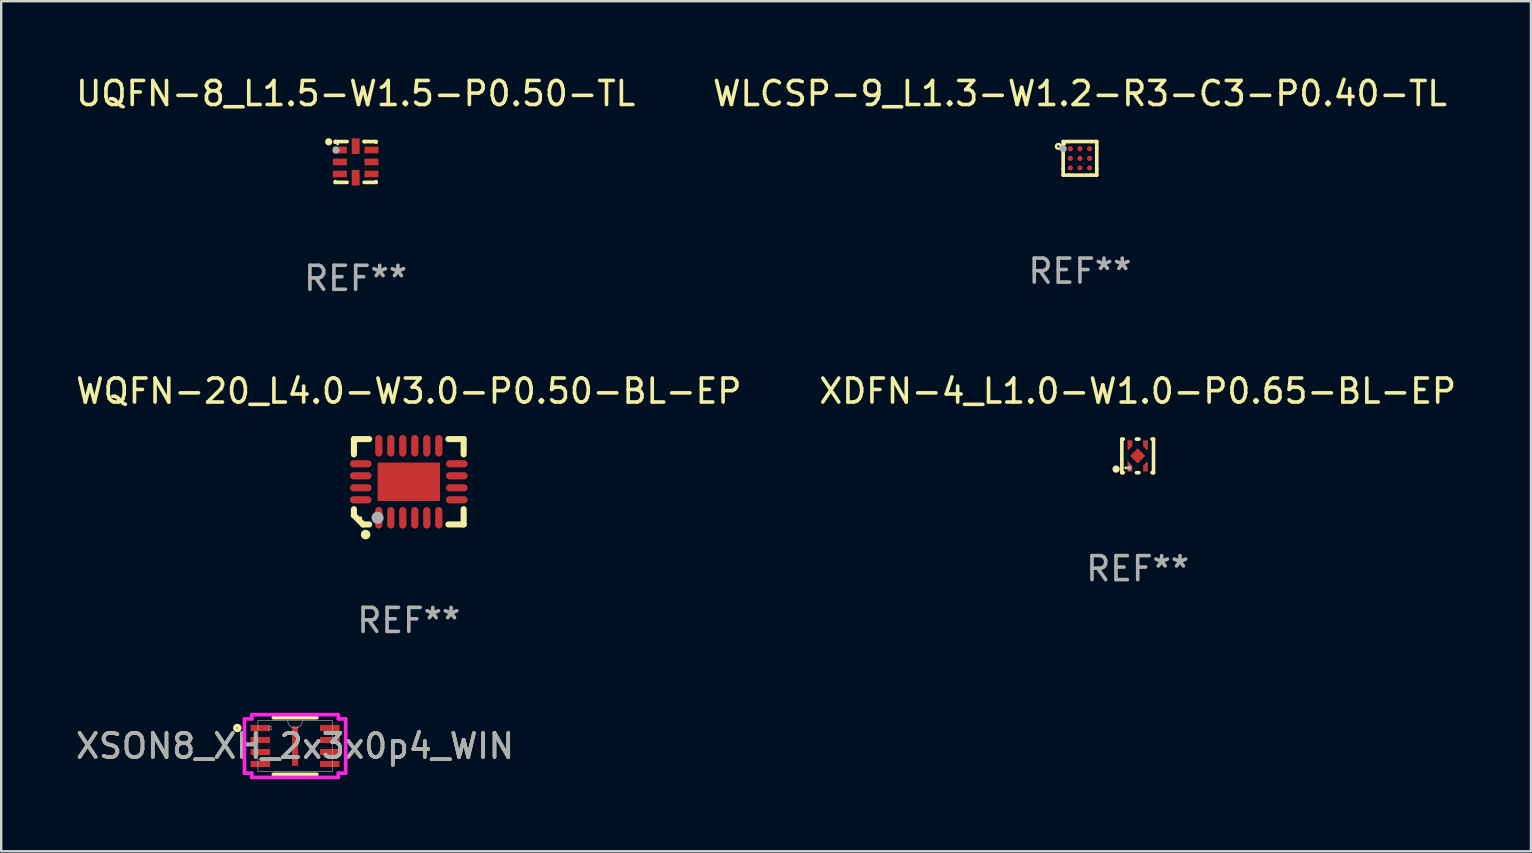
<source format=kicad_pcb>
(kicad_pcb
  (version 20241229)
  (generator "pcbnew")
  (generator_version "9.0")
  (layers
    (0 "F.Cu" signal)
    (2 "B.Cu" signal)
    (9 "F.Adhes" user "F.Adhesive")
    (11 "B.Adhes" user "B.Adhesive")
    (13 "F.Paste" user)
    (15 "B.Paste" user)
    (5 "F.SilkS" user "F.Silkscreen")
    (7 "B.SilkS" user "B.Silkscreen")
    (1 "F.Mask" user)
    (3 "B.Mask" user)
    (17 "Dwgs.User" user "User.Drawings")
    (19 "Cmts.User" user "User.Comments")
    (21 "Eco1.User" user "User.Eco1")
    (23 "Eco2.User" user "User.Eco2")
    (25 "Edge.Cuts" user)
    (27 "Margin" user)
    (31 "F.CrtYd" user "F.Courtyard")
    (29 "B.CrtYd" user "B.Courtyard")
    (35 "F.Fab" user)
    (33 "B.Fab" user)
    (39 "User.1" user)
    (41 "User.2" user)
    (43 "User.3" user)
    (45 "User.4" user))
  (footprint "XSON8_XH_2x3x0p4_WIN"
    (layer "F.Cu")
    (at 9.244 28.033)
    (property "Reference" "XSON8_XH_2x3x0p4_WIN" (at 0 0 0) (unlocked yes) (layer "F.SilkS") (effects (font (size 1 1) (thickness 0.15))))
    (attr smd)
    (fp_line (start -0.906 1.181) (end 0.906 1.181) (stroke (width 0.152) (type solid)) (layer "F.SilkS"))
    (fp_line (start 0.906 -1.181) (end -0.906 -1.181) (stroke (width 0.152) (type solid)) (layer "F.SilkS"))
    (fp_circle (center -2.405 -0.75) (end -2.304 -0.75) (stroke (width 0.152) (type solid)) (fill no) (layer "F.SilkS"))
    (fp_line (start -2.108 -1.131) (end -1.803 -1.131) (stroke (width 0.152) (type solid)) (layer "F.CrtYd"))
    (fp_line (start -2.108 1.131) (end -2.108 -1.131) (stroke (width 0.152) (type solid)) (layer "F.CrtYd"))
    (fp_line (start -2.108 1.131) (end -1.803 1.131) (stroke (width 0.152) (type solid)) (layer "F.CrtYd"))
    (fp_line (start -1.803 -1.308) (end 1.803 -1.308) (stroke (width 0.152) (type solid)) (layer "F.CrtYd"))
    (fp_line (start -1.803 -1.131) (end -1.803 -1.308) (stroke (width 0.152) (type solid)) (layer "F.CrtYd"))
    (fp_line (start -1.803 1.308) (end -1.803 1.131) (stroke (width 0.152) (type solid)) (layer "F.CrtYd"))
    (fp_line (start 1.803 -1.308) (end 1.803 -1.131) (stroke (width 0.152) (type solid)) (layer "F.CrtYd"))
    (fp_line (start 1.803 1.131) (end 1.803 1.308) (stroke (width 0.152) (type solid)) (layer "F.CrtYd"))
    (fp_line (start 1.803 1.308) (end -1.803 1.308) (stroke (width 0.152) (type solid)) (layer "F.CrtYd"))
    (fp_line (start 2.108 -1.131) (end 1.803 -1.131) (stroke (width 0.152) (type solid)) (layer "F.CrtYd"))
    (fp_line (start 2.108 -1.131) (end 2.108 1.131) (stroke (width 0.152) (type solid)) (layer "F.CrtYd"))
    (fp_line (start 2.108 1.131) (end 1.803 1.131) (stroke (width 0.152) (type solid)) (layer "F.CrtYd"))
    (fp_line (start -1.549 -1.054) (end -1.549 1.054) (stroke (width 0.025) (type solid)) (layer "F.Fab"))
    (fp_line (start -1.549 1.054) (end 1.549 1.054) (stroke (width 0.025) (type solid)) (layer "F.Fab"))
    (fp_line (start 1.549 -1.054) (end -1.549 -1.054) (stroke (width 0.025) (type solid)) (layer "F.Fab"))
    (fp_line (start 1.549 1.054) (end 1.549 -1.054) (stroke (width 0.025) (type solid)) (layer "F.Fab"))
    (fp_arc (start 0.3048 -1.0541) (mid 0 -0.7493) (end -0.3048 -1.0541) (stroke (width 0.0254) (type solid)) (layer "F.Fab"))
    (fp_circle (center -1.041 -0.75) (end -0.965 -0.75) (stroke (width 0.025) (type solid)) (fill no) (layer "F.Fab"))
    (fp_text user "${REFERENCE}" (at 0 0 0) (unlocked yes) (layer "F.Fab") (effects (font (size 1 1) (thickness 0.15))))
    (pad "1" smd rect (at -1.448 -0.75) (size 0.813 0.254) (layers "F.Cu" "F.Mask" "F.Paste"))
    (pad "2" smd rect (at -1.448 -0.25) (size 0.813 0.254) (layers "F.Cu" "F.Mask" "F.Paste"))
    (pad "3" smd rect (at -1.448 0.25) (size 0.813 0.254) (layers "F.Cu" "F.Mask" "F.Paste"))
    (pad "4" smd rect (at -1.448 0.75) (size 0.813 0.254) (layers "F.Cu" "F.Mask" "F.Paste"))
    (pad "5" smd rect (at 1.448 0.75) (size 0.813 0.254) (layers "F.Cu" "F.Mask" "F.Paste"))
    (pad "6" smd rect (at 1.448 0.25) (size 0.813 0.254) (layers "F.Cu" "F.Mask" "F.Paste"))
    (pad "7" smd rect (at 1.448 -0.25) (size 0.813 0.254) (layers "F.Cu" "F.Mask" "F.Paste"))
    (pad "8" smd rect (at 1.448 -0.75) (size 0.813 0.254) (layers "F.Cu" "F.Mask" "F.Paste"))
    (pad "9" smd rect (at 0 0) (size 0.254 1.651) (layers "F.Cu" "F.Mask" "F.Paste")))
  (footprint "XDFN-4_L1.0-W1.0-P0.65-BL-EP"
    (layer "F.Cu")
    (at 44.351 15.945)
    (property "Reference" "XDFN-4_L1.0-W1.0-P0.65-BL-EP" (at 0.000127 -2.7 0) (layer "F.SilkS") (effects (font (size 1 1) (thickness 0.15))))
    (attr smd)
    (fp_line (start -0.66 -0.7) (end -0.66 0.7) (stroke (width 0.15) (type solid)) (layer "F.SilkS"))
    (fp_line (start -0.66 -0.7) (end -0.598 -0.7) (stroke (width 0.152) (type solid)) (layer "F.SilkS"))
    (fp_line (start -0.66 0.7) (end -0.598 0.7) (stroke (width 0.152) (type solid)) (layer "F.SilkS"))
    (fp_line (start -0.052 0.7) (end 0.052 0.7) (stroke (width 0.152) (type solid)) (layer "F.SilkS"))
    (fp_line (start -0.052 -0.7) (end 0.052 -0.7) (stroke (width 0.152) (type solid)) (layer "F.SilkS"))
    (fp_line (start 0.598 0.7) (end 0.66 0.7) (stroke (width 0.152) (type solid)) (layer "F.SilkS"))
    (fp_line (start 0.598 -0.7) (end 0.66 -0.7) (stroke (width 0.152) (type solid)) (layer "F.SilkS"))
    (fp_line (start 0.66 -0.7) (end 0.66 0.7) (stroke (width 0.15) (type solid)) (layer "F.SilkS"))
    (fp_circle (center -0.9 0.55) (end -0.824 0.55) (stroke (width 0.152) (type solid)) (fill no) (layer "F.SilkS"))
    (fp_circle (center -0.5 0.5) (end -0.47 0.5) (stroke (width 0.06) (type solid)) (fill no) (layer "F.SilkS"))
    (fp_circle (center -0.35 0.5) (end -0.3 0.5) (stroke (width 0.1) (type solid)) (fill no) (layer "F.Fab"))
    (fp_text user "REF**" (at 0.000127 4.7 0) (layer "F.Fab") (effects (font (size 1 1) (thickness 0.15))))
    (pad "1" smd custom (at -0.325 0.475) (size 0.1 0.1) (layers "F.Cu" "F.Mask" "F.Paste") (options (anchor circle)) (primitives (gr_poly (pts (xy 0.1 -0.075) (xy 0.1 0.175) (xy -0.1 0.175) (xy -0.1 -0.275) (xy -0.05 -0.225) (xy 0.1 -0.075)) (width 0) (fill yes))))
    (pad "2" smd custom (at 0.325 0.475) (size 0.1 0.1) (layers "F.Cu" "F.Mask" "F.Paste") (options (anchor circle)) (primitives (gr_poly (pts (xy 0.1 0.175) (xy -0.1 0.175) (xy -0.1 -0.075) (xy 0.05 -0.225) (xy 0.1 -0.225)) (width 0) (fill yes))))
    (pad "3" smd custom (at 0.325 -0.475) (size 0.1 0.1) (layers "F.Cu" "F.Mask" "F.Paste") (options (anchor circle)) (primitives (gr_poly (pts (xy 0.1 -0.175) (xy -0.1 -0.175) (xy -0.1 0.075) (xy 0.05 0.225) (xy 0.1 0.225)) (width 0) (fill yes))))
    (pad "4" smd custom (at -0.325 -0.475) (size 0.1 0.1) (layers "F.Cu" "F.Mask" "F.Paste") (options (anchor circle)) (primitives (gr_poly (pts (xy -0.1 -0.175) (xy 0.1 -0.175) (xy 0.1 0.075) (xy -0.05 0.225) (xy -0.1 0.225)) (width 0) (fill yes))))
    (pad "5" smd rect (at 0 0 45) (size 0.45 0.45) (layers "F.Cu" "F.Mask" "F.Paste")))
  (footprint "WLCSP-9_L1.3-W1.2-R3-C3-P0.40-TL"
    (layer "F.Cu")
    (at 41.946 3.548)
    (property "Reference" "WLCSP-9_L1.3-W1.2-R3-C3-P0.40-TL" (at 0 -2.7 0) (layer "F.SilkS") (effects (font (size 1 1) (thickness 0.15))))
    (attr smd)
    (fp_line (start -0.7 -0.7) (end -0.7 -0.433) (stroke (width 0.15) (type solid)) (layer "F.SilkS"))
    (fp_line (start -0.7 0.433) (end -0.7 -0.433) (stroke (width 0.15) (type solid)) (layer "F.SilkS"))
    (fp_line (start -0.7 0.433) (end -0.7 0.7) (stroke (width 0.15) (type solid)) (layer "F.SilkS"))
    (fp_line (start -0.466 -0.7) (end -0.7 -0.7) (stroke (width 0.15) (type solid)) (layer "F.SilkS"))
    (fp_line (start -0.466 -0.7) (end 0.466 -0.7) (stroke (width 0.15) (type solid)) (layer "F.SilkS"))
    (fp_line (start -0.466 0.7) (end -0.7 0.7) (stroke (width 0.15) (type solid)) (layer "F.SilkS"))
    (fp_line (start 0.466 0.7) (end -0.466 0.7) (stroke (width 0.15) (type solid)) (layer "F.SilkS"))
    (fp_line (start 0.7 -0.7) (end 0.466 -0.7) (stroke (width 0.15) (type solid)) (layer "F.SilkS"))
    (fp_line (start 0.7 -0.7) (end 0.7 -0.433) (stroke (width 0.15) (type solid)) (layer "F.SilkS"))
    (fp_line (start 0.7 -0.433) (end 0.7 0.433) (stroke (width 0.15) (type solid)) (layer "F.SilkS"))
    (fp_line (start 0.7 0.433) (end 0.7 0.7) (stroke (width 0.15) (type solid)) (layer "F.SilkS"))
    (fp_line (start 0.7 0.7) (end 0.466 0.7) (stroke (width 0.15) (type solid)) (layer "F.SilkS"))
    (fp_circle (center -0.9 -0.5) (end -0.8 -0.5) (stroke (width 0.1) (type solid)) (fill no) (layer "F.SilkS"))
    (fp_circle (center -0.63 -0.607) (end -0.6 -0.607) (stroke (width 0.06) (type solid)) (fill no) (layer "F.SilkS"))
    (fp_circle (center -0.7 -0.4) (end -0.625 -0.4) (stroke (width 0.15) (type solid)) (fill no) (layer "F.Fab"))
    (fp_text user "REF**" (at 0 4.7 0) (layer "F.Fab") (effects (font (size 1 1) (thickness 0.15))))
    (pad "A1" smd circle (at -0.4 -0.4) (size 0.215 0.215) (layers "F.Cu" "F.Mask" "F.Paste"))
    (pad "A2" smd circle (at -0.000127 -0.4) (size 0.215 0.215) (layers "F.Cu" "F.Mask" "F.Paste"))
    (pad "A3" smd circle (at 0.4 -0.4) (size 0.215 0.215) (layers "F.Cu" "F.Mask" "F.Paste"))
    (pad "B1" smd circle (at -0.4 0.000127) (size 0.215 0.215) (layers "F.Cu" "F.Mask" "F.Paste"))
    (pad "B2" smd circle (at 0.000127 0.000127) (size 0.215 0.215) (layers "F.Cu" "F.Mask" "F.Paste"))
    (pad "B3" smd circle (at 0.4 0.000127) (size 0.215 0.215) (layers "F.Cu" "F.Mask" "F.Paste"))
    (pad "C1" smd circle (at -0.4 0.4) (size 0.215 0.215) (layers "F.Cu" "F.Mask" "F.Paste"))
    (pad "C2" smd circle (at -0.000127 0.4) (size 0.215 0.215) (layers "F.Cu" "F.Mask" "F.Paste"))
    (pad "C3" smd circle (at 0.4 0.4) (size 0.215 0.215) (layers "F.Cu" "F.Mask" "F.Paste")))
  (footprint "WQFN-20_L4.0-W3.0-P0.50-BL-EP"
    (layer "F.Cu")
    (at 13.982 17.023)
    (property "Reference" "WQFN-20_L4.0-W3.0-P0.50-BL-EP" (at -0.000025 -3.778 0) (layer "F.SilkS") (effects (font (size 1 1) (thickness 0.15))))
    (attr smd)
    (fp_line (start -2.286 -1.778) (end -1.651 -1.778) (stroke (width 0.254) (type solid)) (layer "F.SilkS"))
    (fp_line (start -2.286 -1.143) (end -2.286 -1.778) (stroke (width 0.254) (type solid)) (layer "F.SilkS"))
    (fp_line (start -2.286 1.397) (end -2.286 1.143) (stroke (width 0.254) (type solid)) (layer "F.SilkS"))
    (fp_line (start -1.905 1.778) (end -2.286 1.397) (stroke (width 0.254) (type solid)) (layer "F.SilkS"))
    (fp_line (start -1.651 1.778) (end -1.905 1.778) (stroke (width 0.254) (type solid)) (layer "F.SilkS"))
    (fp_line (start 1.651 -1.778) (end 2.286 -1.778) (stroke (width 0.254) (type solid)) (layer "F.SilkS"))
    (fp_line (start 1.651 1.778) (end 2.286 1.778) (stroke (width 0.254) (type solid)) (layer "F.SilkS"))
    (fp_line (start 2.286 -1.778) (end 2.286 -1.143) (stroke (width 0.254) (type solid)) (layer "F.SilkS"))
    (fp_line (start 2.286 1.778) (end 2.286 1.143) (stroke (width 0.254) (type solid)) (layer "F.SilkS"))
    (fp_circle (center -2 1.5) (end -1.97 1.5) (stroke (width 0.06) (type solid)) (fill no) (layer "F.SilkS"))
    (fp_circle (center -1.8 2.2) (end -1.7 2.2) (stroke (width 0.2) (type solid)) (fill no) (layer "F.SilkS"))
    (fp_circle (center -1.3 1.5) (end -1.173 1.5) (stroke (width 0.254) (type solid)) (fill no) (layer "F.Fab"))
    (fp_text user "REF**" (at -0.000025 5.778 0) (layer "F.Fab") (effects (font (size 1 1) (thickness 0.15))))
    (pad "1" smd oval (at -1.25 1.5) (size 0.3 0.9) (layers "F.Cu" "F.Mask" "F.Paste"))
    (pad "2" smd oval (at -0.75 1.5) (size 0.3 0.9) (layers "F.Cu" "F.Mask" "F.Paste"))
    (pad "3" smd oval (at -0.25 1.5) (size 0.3 0.9) (layers "F.Cu" "F.Mask" "F.Paste"))
    (pad "4" smd oval (at 0.25 1.5) (size 0.3 0.9) (layers "F.Cu" "F.Mask" "F.Paste"))
    (pad "5" smd oval (at 0.75 1.5) (size 0.3 0.9) (layers "F.Cu" "F.Mask" "F.Paste"))
    (pad "6" smd oval (at 1.25 1.5) (size 0.3 0.9) (layers "F.Cu" "F.Mask" "F.Paste"))
    (pad "7" smd oval (at 2 0.75) (size 0.9 0.3) (layers "F.Cu" "F.Mask" "F.Paste"))
    (pad "8" smd oval (at 2 0.25) (size 0.9 0.3) (layers "F.Cu" "F.Mask" "F.Paste"))
    (pad "9" smd oval (at 2 -0.25) (size 0.9 0.3) (layers "F.Cu" "F.Mask" "F.Paste"))
    (pad "10" smd oval (at 2 -0.75) (size 0.9 0.3) (layers "F.Cu" "F.Mask" "F.Paste"))
    (pad "11" smd oval (at 1.25 -1.5) (size 0.3 0.9) (layers "F.Cu" "F.Mask" "F.Paste"))
    (pad "12" smd oval (at 0.75 -1.5) (size 0.3 0.9) (layers "F.Cu" "F.Mask" "F.Paste"))
    (pad "13" smd oval (at 0.25 -1.5) (size 0.3 0.9) (layers "F.Cu" "F.Mask" "F.Paste"))
    (pad "14" smd oval (at -0.25 -1.5) (size 0.3 0.9) (layers "F.Cu" "F.Mask" "F.Paste"))
    (pad "15" smd oval (at -0.75 -1.5) (size 0.3 0.9) (layers "F.Cu" "F.Mask" "F.Paste"))
    (pad "16" smd oval (at -1.25 -1.5) (size 0.3 0.9) (layers "F.Cu" "F.Mask" "F.Paste"))
    (pad "17" smd oval (at -2 -0.75) (size 0.9 0.3) (layers "F.Cu" "F.Mask" "F.Paste"))
    (pad "18" smd oval (at -2 -0.25) (size 0.9 0.3) (layers "F.Cu" "F.Mask" "F.Paste"))
    (pad "19" smd oval (at -2 0.25) (size 0.9 0.3) (layers "F.Cu" "F.Mask" "F.Paste"))
    (pad "20" smd oval (at -2 0.75) (size 0.9 0.3) (layers "F.Cu" "F.Mask" "F.Paste"))
    (pad "21" smd rect (at 0 0.000127 270) (size 1.6 2.6) (layers "F.Cu" "F.Mask" "F.Paste")))
  (footprint "UQFN-8_L1.5-W1.5-P0.50-TL"
    (layer "F.Cu")
    (at 11.768 3.698)
    (property "Reference" "UQFN-8_L1.5-W1.5-P0.50-TL" (at 0.000013 -2.85 0) (layer "F.SilkS") (effects (font (size 1 1) (thickness 0.15))))
    (attr smd)
    (fp_line (start -0.85 -0.85) (end -0.355 -0.85) (stroke (width 0.152) (type solid)) (layer "F.SilkS"))
    (fp_line (start -0.85 -0.82) (end -0.85 -0.85) (stroke (width 0.152) (type solid)) (layer "F.SilkS"))
    (fp_line (start -0.85 0.85) (end -0.85 0.82) (stroke (width 0.152) (type solid)) (layer "F.SilkS"))
    (fp_line (start -0.355 0.85) (end -0.85 0.85) (stroke (width 0.152) (type solid)) (layer "F.SilkS"))
    (fp_line (start 0.35 -0.85) (end 0.85 -0.85) (stroke (width 0.152) (type solid)) (layer "F.SilkS"))
    (fp_line (start 0.355 -0.85) (end 0.4 -0.85) (stroke (width 0.152) (type solid)) (layer "F.SilkS"))
    (fp_line (start 0.85 -0.85) (end 0.85 -0.82) (stroke (width 0.152) (type solid)) (layer "F.SilkS"))
    (fp_line (start 0.85 0.82) (end 0.85 0.85) (stroke (width 0.152) (type solid)) (layer "F.SilkS"))
    (fp_line (start 0.85 0.85) (end 0.355 0.85) (stroke (width 0.152) (type solid)) (layer "F.SilkS"))
    (fp_circle (center -1.123 -0.841) (end -1.048 -0.841) (stroke (width 0.15) (type solid)) (fill no) (layer "F.SilkS"))
    (fp_circle (center -0.75 -0.75) (end -0.72 -0.75) (stroke (width 0.06) (type solid)) (fill no) (layer "F.SilkS"))
    (fp_circle (center -0.82 -0.494) (end -0.745 -0.494) (stroke (width 0.15) (type solid)) (fill no) (layer "F.Fab"))
    (fp_text user "REF**" (at 0.000013 4.85 0) (layer "F.Fab") (effects (font (size 1 1) (thickness 0.15))))
    (pad "1" smd rect (at -0.658 -0.5) (size 0.58 0.28) (layers "F.Cu" "F.Mask" "F.Paste"))
    (pad "2" smd rect (at -0.658 0) (size 0.58 0.28) (layers "F.Cu" "F.Mask" "F.Paste"))
    (pad "3" smd rect (at -0.658 0.5) (size 0.58 0.28) (layers "F.Cu" "F.Mask" "F.Paste"))
    (pad "4" smd rect (at 0 0.658) (size 0.33 0.65) (layers "F.Cu" "F.Mask" "F.Paste"))
    (pad "5" smd rect (at 0.658 0.5) (size 0.58 0.28) (layers "F.Cu" "F.Mask" "F.Paste"))
    (pad "6" smd rect (at 0.658 0) (size 0.58 0.28) (layers "F.Cu" "F.Mask" "F.Paste"))
    (pad "7" smd rect (at 0.658 -0.5) (size 0.58 0.28) (layers "F.Cu" "F.Mask" "F.Paste"))
    (pad "8" smd rect (at 0 -0.658) (size 0.33 0.65) (layers "F.Cu" "F.Mask" "F.Paste")))
  (gr_rect
    (start -3 -3)
    (end 60.738 32.418)
    (stroke (width 0.1) (type default))
    (fill no)
    (layer "Edge.Cuts")))
</source>
